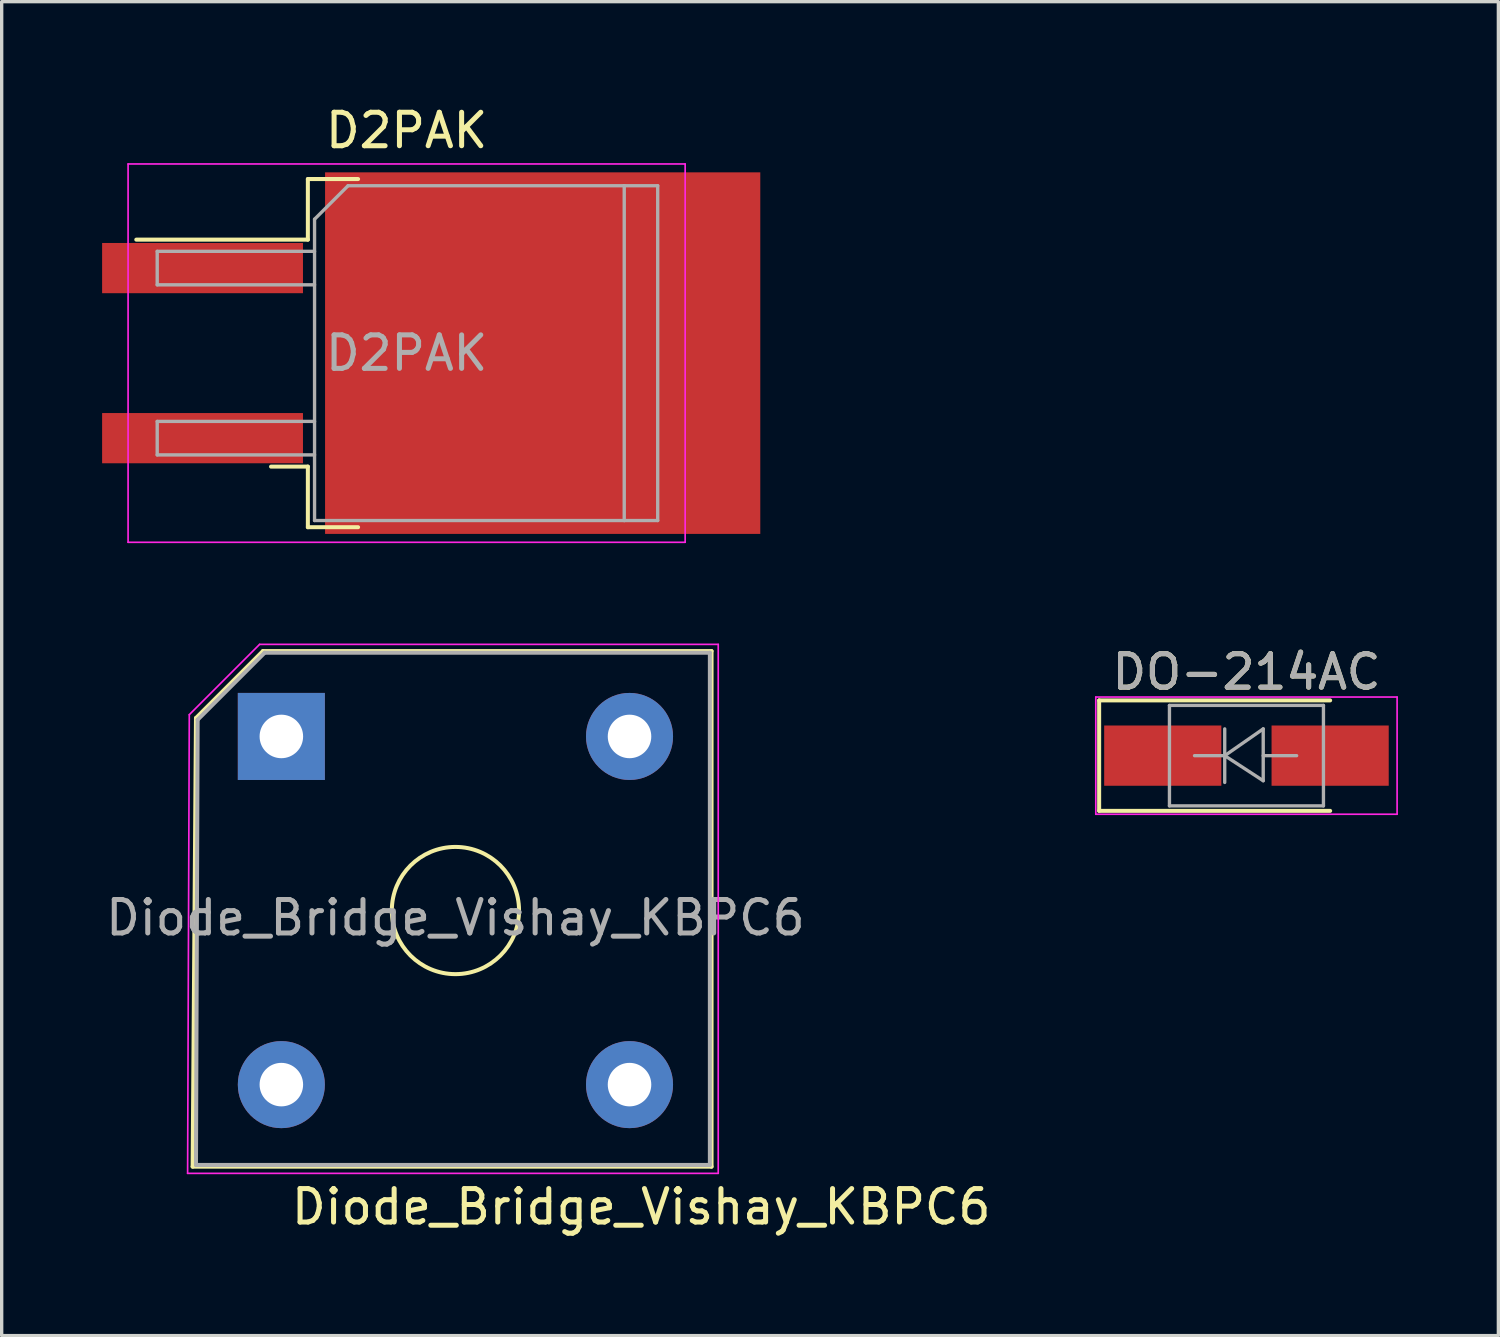
<source format=kicad_pcb>
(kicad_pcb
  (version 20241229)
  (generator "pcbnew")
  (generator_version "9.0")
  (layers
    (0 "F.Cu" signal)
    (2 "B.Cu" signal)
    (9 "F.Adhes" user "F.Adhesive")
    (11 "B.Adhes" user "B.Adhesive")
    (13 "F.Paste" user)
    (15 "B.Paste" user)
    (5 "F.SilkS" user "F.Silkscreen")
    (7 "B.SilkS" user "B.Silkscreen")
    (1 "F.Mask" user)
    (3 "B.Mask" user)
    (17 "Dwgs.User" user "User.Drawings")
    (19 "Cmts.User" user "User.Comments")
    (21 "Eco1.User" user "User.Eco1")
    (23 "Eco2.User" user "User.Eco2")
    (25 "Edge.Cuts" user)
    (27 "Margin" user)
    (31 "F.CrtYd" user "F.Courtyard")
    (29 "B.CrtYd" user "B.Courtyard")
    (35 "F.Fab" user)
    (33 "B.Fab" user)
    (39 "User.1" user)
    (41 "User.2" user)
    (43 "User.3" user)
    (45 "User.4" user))
  (footprint "DO-214AC"
    (layer "F.Cu")
    (at 34.182 19.521)
    (property "Reference" "DO-214AC" (at 0 -2.5 0) (layer "F.SilkS") (effects (font (size 1 1) (thickness 0.15))))
    (attr smd)
    (fp_line (start -4.4 -1.65) (end -4.4 1.65) (stroke (width 0.12) (type solid)) (layer "F.SilkS"))
    (fp_line (start -4.4 -1.65) (end 2.5 -1.65) (stroke (width 0.12) (type solid)) (layer "F.SilkS"))
    (fp_line (start -4.4 1.65) (end 2.5 1.65) (stroke (width 0.12) (type solid)) (layer "F.SilkS"))
    (fp_line (start -4.5 -1.75) (end 4.5 -1.75) (stroke (width 0.05) (type solid)) (layer "F.CrtYd"))
    (fp_line (start -4.5 1.75) (end -4.5 -1.75) (stroke (width 0.05) (type solid)) (layer "F.CrtYd"))
    (fp_line (start 4.5 -1.75) (end 4.5 1.75) (stroke (width 0.05) (type solid)) (layer "F.CrtYd"))
    (fp_line (start 4.5 1.75) (end -4.5 1.75) (stroke (width 0.05) (type solid)) (layer "F.CrtYd"))
    (fp_line (start -2.3 1.5) (end -2.3 -1.5) (stroke (width 0.1) (type solid)) (layer "F.Fab"))
    (fp_line (start -0.649 -0.799) (end -0.649 0.801) (stroke (width 0.1) (type solid)) (layer "F.Fab"))
    (fp_line (start -0.649 0.001) (end -1.551 0.001) (stroke (width 0.1) (type solid)) (layer "F.Fab"))
    (fp_line (start -0.649 0.001) (end 0.501 -0.799) (stroke (width 0.1) (type solid)) (layer "F.Fab"))
    (fp_line (start -0.649 0.001) (end 0.501 0.75) (stroke (width 0.1) (type solid)) (layer "F.Fab"))
    (fp_line (start 0.501 0.001) (end 1.499 0.001) (stroke (width 0.1) (type solid)) (layer "F.Fab"))
    (fp_line (start 0.501 0.75) (end 0.501 -0.799) (stroke (width 0.1) (type solid)) (layer "F.Fab"))
    (fp_line (start 2.3 -1.5) (end -2.3 -1.5) (stroke (width 0.1) (type solid)) (layer "F.Fab"))
    (fp_line (start 2.3 -1.5) (end 2.3 1.5) (stroke (width 0.1) (type solid)) (layer "F.Fab"))
    (fp_line (start 2.3 1.5) (end -2.3 1.5) (stroke (width 0.1) (type solid)) (layer "F.Fab"))
    (fp_text user "${REFERENCE}" (at 0 -2.5 0) (layer "F.Fab") (effects (font (size 1 1) (thickness 0.15))))
    (pad "1" smd rect (at -2.5 0) (size 3.5 1.8) (layers "F.Cu" "F.Mask" "F.Paste"))
    (pad "2" smd rect (at 2.5 0) (size 3.5 1.8) (layers "F.Cu" "F.Mask" "F.Paste")))
  (footprint "Diode_Bridge_Vishay_KBPC6"
    (layer "F.Cu")
    (at 5.354 18.948)
    (property "Reference" "Diode_Bridge_Vishay_KBPC6" (at 10.75 14.05 180) (layer "F.SilkS") (effects (font (size 1 1) (thickness 0.15))))
    (attr through_hole)
    (fp_line (start -2.65 12.85) (end 12.85 12.85) (stroke (width 0.12) (type solid)) (layer "F.SilkS"))
    (fp_line (start -2.55 -0.55) (end -2.65 12.85) (stroke (width 0.12) (type solid)) (layer "F.SilkS"))
    (fp_line (start -0.55 -2.55) (end -2.55 -0.55) (stroke (width 0.12) (type solid)) (layer "F.SilkS"))
    (fp_line (start 12.85 -2.55) (end -0.55 -2.55) (stroke (width 0.12) (type solid)) (layer "F.SilkS"))
    (fp_line (start 12.85 12.85) (end 12.85 -2.55) (stroke (width 0.12) (type solid)) (layer "F.SilkS"))
    (fp_circle (center 5.2 5.2) (end 5.2 7.1) (stroke (width 0.12) (type solid)) (fill no) (layer "F.SilkS"))
    (fp_line (start -2.8 13.05) (end -2.75 -0.65) (stroke (width 0.05) (type solid)) (layer "F.CrtYd"))
    (fp_line (start -2.75 -0.65) (end -0.65 -2.75) (stroke (width 0.05) (type solid)) (layer "F.CrtYd"))
    (fp_line (start -0.65 -2.75) (end 13.05 -2.75) (stroke (width 0.05) (type solid)) (layer "F.CrtYd"))
    (fp_line (start 13.05 -2.75) (end 13.05 13.05) (stroke (width 0.05) (type solid)) (layer "F.CrtYd"))
    (fp_line (start 13.05 13.05) (end -2.8 13.05) (stroke (width 0.05) (type solid)) (layer "F.CrtYd"))
    (fp_line (start -2.55 12.8) (end -2.5 -0.5) (stroke (width 0.12) (type solid)) (layer "F.Fab"))
    (fp_line (start -2.5 -0.5) (end -0.5 -2.5) (stroke (width 0.12) (type solid)) (layer "F.Fab"))
    (fp_line (start -0.5 -2.5) (end 12.8 -2.5) (stroke (width 0.12) (type solid)) (layer "F.Fab"))
    (fp_line (start 12.8 -2.5) (end 12.8 12.8) (stroke (width 0.12) (type solid)) (layer "F.Fab"))
    (fp_line (start 12.8 12.8) (end -2.55 12.8) (stroke (width 0.12) (type solid)) (layer "F.Fab"))
    (fp_text user "${REFERENCE}" (at 5.2 5.415 180) (layer "F.Fab") (effects (font (size 1 1) (thickness 0.15))))
    (pad "1" thru_hole rect (at 0 0) (size 2.6 2.6) (drill 1.3) (layers "*.Cu" "*.Mask"))
    (pad "2" thru_hole circle (at 0 10.4) (size 2.6 2.6) (drill 1.3) (layers "*.Cu" "*.Mask"))
    (pad "3" thru_hole circle (at 10.4 10.4) (size 2.6 2.6) (drill 1.3) (layers "*.Cu" "*.Mask"))
    (pad "4" thru_hole circle (at 10.4 0) (size 2.6 2.6) (drill 1.3) (layers "*.Cu" "*.Mask")))
  (footprint "D2PAK"
    (layer "F.Cu")
    (at 9.096 7.498)
    (property "Reference" "D2PAK" (at 0 -6.65 0) (layer "F.SilkS") (effects (font (size 1 1) (thickness 0.15))))
    (attr smd)
    (fp_line (start -2.95 -5.2) (end -2.95 -3.39) (stroke (width 0.12) (type solid)) (layer "F.SilkS"))
    (fp_line (start -2.95 -3.39) (end -8.075 -3.39) (stroke (width 0.12) (type solid)) (layer "F.SilkS"))
    (fp_line (start -2.95 3.39) (end -4.05 3.39) (stroke (width 0.12) (type solid)) (layer "F.SilkS"))
    (fp_line (start -2.95 5.2) (end -2.95 3.39) (stroke (width 0.12) (type solid)) (layer "F.SilkS"))
    (fp_line (start -1.45 -5.2) (end -2.95 -5.2) (stroke (width 0.12) (type solid)) (layer "F.SilkS"))
    (fp_line (start -1.45 5.2) (end -2.95 5.2) (stroke (width 0.12) (type solid)) (layer "F.SilkS"))
    (fp_line (start -8.32 -5.65) (end -8.32 5.65) (stroke (width 0.05) (type solid)) (layer "F.CrtYd"))
    (fp_line (start -8.32 5.65) (end 8.32 5.65) (stroke (width 0.05) (type solid)) (layer "F.CrtYd"))
    (fp_line (start 8.32 -5.65) (end -8.32 -5.65) (stroke (width 0.05) (type solid)) (layer "F.CrtYd"))
    (fp_line (start 8.32 5.65) (end 8.32 -5.65) (stroke (width 0.05) (type solid)) (layer "F.CrtYd"))
    (fp_line (start -7.45 -3.04) (end -7.45 -2.04) (stroke (width 0.1) (type solid)) (layer "F.Fab"))
    (fp_line (start -7.45 -2.04) (end -2.75 -2.04) (stroke (width 0.1) (type solid)) (layer "F.Fab"))
    (fp_line (start -7.45 2.04) (end -7.45 3.04) (stroke (width 0.1) (type solid)) (layer "F.Fab"))
    (fp_line (start -7.45 3.04) (end -2.75 3.04) (stroke (width 0.1) (type solid)) (layer "F.Fab"))
    (fp_line (start -2.75 -4) (end -1.75 -5) (stroke (width 0.1) (type solid)) (layer "F.Fab"))
    (fp_line (start -2.75 -3.04) (end -7.45 -3.04) (stroke (width 0.1) (type solid)) (layer "F.Fab"))
    (fp_line (start -2.75 2.04) (end -7.45 2.04) (stroke (width 0.1) (type solid)) (layer "F.Fab"))
    (fp_line (start -2.75 5) (end -2.75 -4) (stroke (width 0.1) (type solid)) (layer "F.Fab"))
    (fp_line (start -1.75 -5) (end 6.5 -5) (stroke (width 0.1) (type solid)) (layer "F.Fab"))
    (fp_line (start 6.5 -5) (end 6.5 5) (stroke (width 0.1) (type solid)) (layer "F.Fab"))
    (fp_line (start 6.5 -5) (end 7.5 -5) (stroke (width 0.1) (type solid)) (layer "F.Fab"))
    (fp_line (start 6.5 5) (end -2.75 5) (stroke (width 0.1) (type solid)) (layer "F.Fab"))
    (fp_line (start 7.5 -5) (end 7.5 5) (stroke (width 0.1) (type solid)) (layer "F.Fab"))
    (fp_line (start 7.5 5) (end 6.5 5) (stroke (width 0.1) (type solid)) (layer "F.Fab"))
    (fp_text user "${REFERENCE}" (at 0 0 0) (layer "F.Fab") (effects (font (size 1 1) (thickness 0.15))))
    (pad "1" smd rect (at -6.096 -2.54) (size 6 1.5) (layers "F.Cu" "F.Mask" "F.Paste"))
    (pad "2" smd rect (at -6.096 2.54) (size 6 1.5) (layers "F.Cu" "F.Mask" "F.Paste"))
    (pad "3" smd rect (at 4.064 0) (size 13 10.8) (layers "F.Cu" "F.Mask")))
  (gr_rect
    (start -3 -3)
    (end 41.707 36.846)
    (stroke (width 0.1) (type default))
    (fill no)
    (layer "Edge.Cuts")))
</source>
